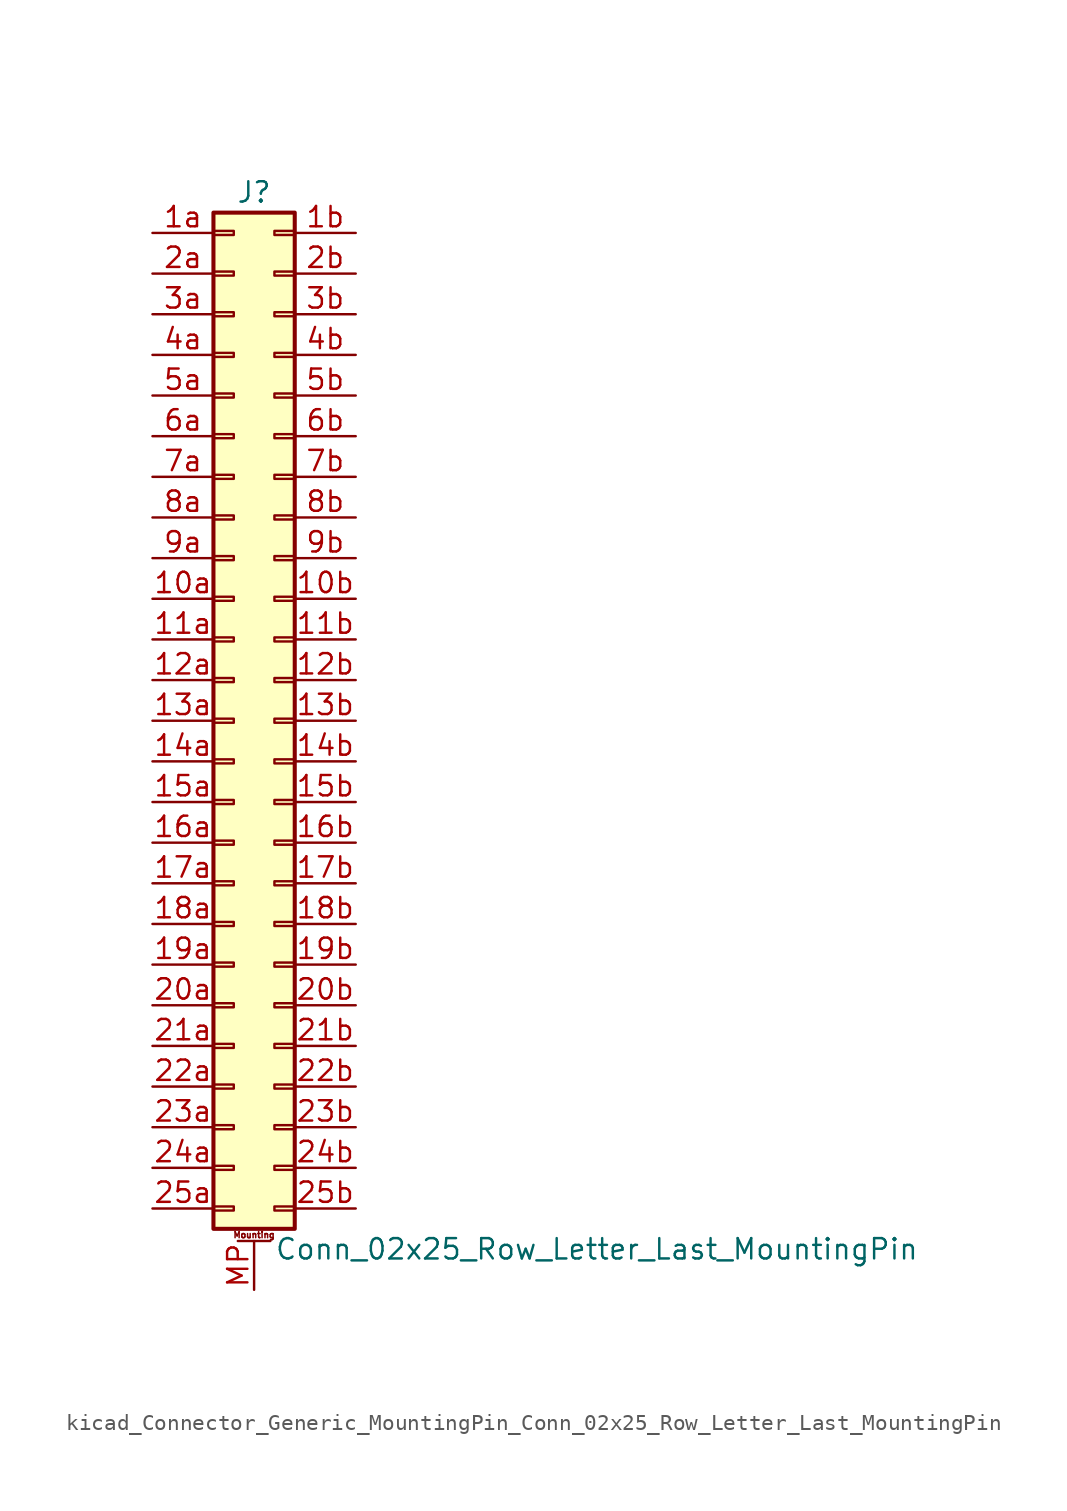
<source format=kicad_sym>
(kicad_symbol_lib
  (version 20220914)
  (generator kicad_symbol_editor)
  (symbol "kicad_Connector_Generic_MountingPin_Conn_02x25_Row_Letter_Last_MountingPin"
    (pin_names
      (offset 1.016) hide)
    (property "Reference" "J"
      (at 1.27 33.02 0)
      (effects (font (size 1.27 1.27))))
    (property "Value" "Conn_02x25_Row_Letter_Last_MountingPin"
      (at 2.54 -33.02 0)
      (effects (font (size 1.27 1.27)) (justify left)))
    (symbol "kicad_Connector_Generic_MountingPin_Conn_02x25_Row_Letter_Last_MountingPin_1_1"
      (rectangle (start -1.27 -30.353) (end 0 -30.607) (stroke (width 0.152) (type default)) (fill (type none)))
      (rectangle (start -1.27 -27.813) (end 0 -28.067) (stroke (width 0.152) (type default)) (fill (type none)))
      (rectangle (start -1.27 -25.273) (end 0 -25.527) (stroke (width 0.152) (type default)) (fill (type none)))
      (rectangle (start -1.27 -22.733) (end 0 -22.987) (stroke (width 0.152) (type default)) (fill (type none)))
      (rectangle (start -1.27 -20.193) (end 0 -20.447) (stroke (width 0.152) (type default)) (fill (type none)))
      (rectangle (start -1.27 -17.653) (end 0 -17.907) (stroke (width 0.152) (type default)) (fill (type none)))
      (rectangle (start -1.27 -15.113) (end 0 -15.367) (stroke (width 0.152) (type default)) (fill (type none)))
      (rectangle (start -1.27 -12.573) (end 0 -12.827) (stroke (width 0.152) (type default)) (fill (type none)))
      (rectangle (start -1.27 -10.033) (end 0 -10.287) (stroke (width 0.152) (type default)) (fill (type none)))
      (rectangle (start -1.27 -7.493) (end 0 -7.747) (stroke (width 0.152) (type default)) (fill (type none)))
      (rectangle (start -1.27 -4.953) (end 0 -5.207) (stroke (width 0.152) (type default)) (fill (type none)))
      (rectangle (start -1.27 -2.413) (end 0 -2.667) (stroke (width 0.152) (type default)) (fill (type none)))
      (rectangle (start -1.27 0.127) (end 0 -0.127) (stroke (width 0.152) (type default)) (fill (type none)))
      (rectangle (start -1.27 2.667) (end 0 2.413) (stroke (width 0.152) (type default)) (fill (type none)))
      (rectangle (start -1.27 5.207) (end 0 4.953) (stroke (width 0.152) (type default)) (fill (type none)))
      (rectangle (start -1.27 7.747) (end 0 7.493) (stroke (width 0.152) (type default)) (fill (type none)))
      (rectangle (start -1.27 10.287) (end 0 10.033) (stroke (width 0.152) (type default)) (fill (type none)))
      (rectangle (start -1.27 12.827) (end 0 12.573) (stroke (width 0.152) (type default)) (fill (type none)))
      (rectangle (start -1.27 15.367) (end 0 15.113) (stroke (width 0.152) (type default)) (fill (type none)))
      (rectangle (start -1.27 17.907) (end 0 17.653) (stroke (width 0.152) (type default)) (fill (type none)))
      (rectangle (start -1.27 20.447) (end 0 20.193) (stroke (width 0.152) (type default)) (fill (type none)))
      (rectangle (start -1.27 22.987) (end 0 22.733) (stroke (width 0.152) (type default)) (fill (type none)))
      (rectangle (start -1.27 25.527) (end 0 25.273) (stroke (width 0.152) (type default)) (fill (type none)))
      (rectangle (start -1.27 28.067) (end 0 27.813) (stroke (width 0.152) (type default)) (fill (type none)))
      (rectangle (start -1.27 30.607) (end 0 30.353) (stroke (width 0.152) (type default)) (fill (type none)))
      (rectangle (start -1.27 31.75) (end 3.81 -31.75) (stroke (width 0.254) (type default)) (fill (type background)))
      (polyline (pts (xy 0.254 -32.512) (xy 2.286 -32.512)) (stroke (width 0.152) (type default)) (fill (type none)))
      (rectangle (start 3.81 -30.353) (end 2.54 -30.607) (stroke (width 0.152) (type default)) (fill (type none)))
      (rectangle (start 3.81 -27.813) (end 2.54 -28.067) (stroke (width 0.152) (type default)) (fill (type none)))
      (rectangle (start 3.81 -25.273) (end 2.54 -25.527) (stroke (width 0.152) (type default)) (fill (type none)))
      (rectangle (start 3.81 -22.733) (end 2.54 -22.987) (stroke (width 0.152) (type default)) (fill (type none)))
      (rectangle (start 3.81 -20.193) (end 2.54 -20.447) (stroke (width 0.152) (type default)) (fill (type none)))
      (rectangle (start 3.81 -17.653) (end 2.54 -17.907) (stroke (width 0.152) (type default)) (fill (type none)))
      (rectangle (start 3.81 -15.113) (end 2.54 -15.367) (stroke (width 0.152) (type default)) (fill (type none)))
      (rectangle (start 3.81 -12.573) (end 2.54 -12.827) (stroke (width 0.152) (type default)) (fill (type none)))
      (rectangle (start 3.81 -10.033) (end 2.54 -10.287) (stroke (width 0.152) (type default)) (fill (type none)))
      (rectangle (start 3.81 -7.493) (end 2.54 -7.747) (stroke (width 0.152) (type default)) (fill (type none)))
      (rectangle (start 3.81 -4.953) (end 2.54 -5.207) (stroke (width 0.152) (type default)) (fill (type none)))
      (rectangle (start 3.81 -2.413) (end 2.54 -2.667) (stroke (width 0.152) (type default)) (fill (type none)))
      (rectangle (start 3.81 0.127) (end 2.54 -0.127) (stroke (width 0.152) (type default)) (fill (type none)))
      (rectangle (start 3.81 2.667) (end 2.54 2.413) (stroke (width 0.152) (type default)) (fill (type none)))
      (rectangle (start 3.81 5.207) (end 2.54 4.953) (stroke (width 0.152) (type default)) (fill (type none)))
      (rectangle (start 3.81 7.747) (end 2.54 7.493) (stroke (width 0.152) (type default)) (fill (type none)))
      (rectangle (start 3.81 10.287) (end 2.54 10.033) (stroke (width 0.152) (type default)) (fill (type none)))
      (rectangle (start 3.81 12.827) (end 2.54 12.573) (stroke (width 0.152) (type default)) (fill (type none)))
      (rectangle (start 3.81 15.367) (end 2.54 15.113) (stroke (width 0.152) (type default)) (fill (type none)))
      (rectangle (start 3.81 17.907) (end 2.54 17.653) (stroke (width 0.152) (type default)) (fill (type none)))
      (rectangle (start 3.81 20.447) (end 2.54 20.193) (stroke (width 0.152) (type default)) (fill (type none)))
      (rectangle (start 3.81 22.987) (end 2.54 22.733) (stroke (width 0.152) (type default)) (fill (type none)))
      (rectangle (start 3.81 25.527) (end 2.54 25.273) (stroke (width 0.152) (type default)) (fill (type none)))
      (rectangle (start 3.81 28.067) (end 2.54 27.813) (stroke (width 0.152) (type default)) (fill (type none)))
      (rectangle (start 3.81 30.607) (end 2.54 30.353) (stroke (width 0.152) (type default)) (fill (type none)))
      (text "Mounting" (at 1.27 -32.131 0) (effects (font (size 0.381 0.381))))
      (pin passive line (at -5.08 7.62 0) (length 3.81) (name "Pin_10a" (effects (font (size 1.27 1.27)))) (number "10a" (effects (font (size 1.27 1.27)))))
      (pin passive line (at 7.62 7.62 180) (length 3.81) (name "Pin_10b" (effects (font (size 1.27 1.27)))) (number "10b" (effects (font (size 1.27 1.27)))))
      (pin passive line (at -5.08 5.08 0) (length 3.81) (name "Pin_11a" (effects (font (size 1.27 1.27)))) (number "11a" (effects (font (size 1.27 1.27)))))
      (pin passive line (at 7.62 5.08 180) (length 3.81) (name "Pin_11b" (effects (font (size 1.27 1.27)))) (number "11b" (effects (font (size 1.27 1.27)))))
      (pin passive line (at -5.08 2.54 0) (length 3.81) (name "Pin_12a" (effects (font (size 1.27 1.27)))) (number "12a" (effects (font (size 1.27 1.27)))))
      (pin passive line (at 7.62 2.54 180) (length 3.81) (name "Pin_12b" (effects (font (size 1.27 1.27)))) (number "12b" (effects (font (size 1.27 1.27)))))
      (pin passive line (at -5.08 0 0) (length 3.81) (name "Pin_13a" (effects (font (size 1.27 1.27)))) (number "13a" (effects (font (size 1.27 1.27)))))
      (pin passive line (at 7.62 0 180) (length 3.81) (name "Pin_13b" (effects (font (size 1.27 1.27)))) (number "13b" (effects (font (size 1.27 1.27)))))
      (pin passive line (at -5.08 -2.54 0) (length 3.81) (name "Pin_14a" (effects (font (size 1.27 1.27)))) (number "14a" (effects (font (size 1.27 1.27)))))
      (pin passive line (at 7.62 -2.54 180) (length 3.81) (name "Pin_14b" (effects (font (size 1.27 1.27)))) (number "14b" (effects (font (size 1.27 1.27)))))
      (pin passive line (at -5.08 -5.08 0) (length 3.81) (name "Pin_15a" (effects (font (size 1.27 1.27)))) (number "15a" (effects (font (size 1.27 1.27)))))
      (pin passive line (at 7.62 -5.08 180) (length 3.81) (name "Pin_15b" (effects (font (size 1.27 1.27)))) (number "15b" (effects (font (size 1.27 1.27)))))
      (pin passive line (at -5.08 -7.62 0) (length 3.81) (name "Pin_16a" (effects (font (size 1.27 1.27)))) (number "16a" (effects (font (size 1.27 1.27)))))
      (pin passive line (at 7.62 -7.62 180) (length 3.81) (name "Pin_16b" (effects (font (size 1.27 1.27)))) (number "16b" (effects (font (size 1.27 1.27)))))
      (pin passive line (at -5.08 -10.16 0) (length 3.81) (name "Pin_17a" (effects (font (size 1.27 1.27)))) (number "17a" (effects (font (size 1.27 1.27)))))
      (pin passive line (at 7.62 -10.16 180) (length 3.81) (name "Pin_17b" (effects (font (size 1.27 1.27)))) (number "17b" (effects (font (size 1.27 1.27)))))
      (pin passive line (at -5.08 -12.7 0) (length 3.81) (name "Pin_18a" (effects (font (size 1.27 1.27)))) (number "18a" (effects (font (size 1.27 1.27)))))
      (pin passive line (at 7.62 -12.7 180) (length 3.81) (name "Pin_18b" (effects (font (size 1.27 1.27)))) (number "18b" (effects (font (size 1.27 1.27)))))
      (pin passive line (at -5.08 -15.24 0) (length 3.81) (name "Pin_19a" (effects (font (size 1.27 1.27)))) (number "19a" (effects (font (size 1.27 1.27)))))
      (pin passive line (at 7.62 -15.24 180) (length 3.81) (name "Pin_19b" (effects (font (size 1.27 1.27)))) (number "19b" (effects (font (size 1.27 1.27)))))
      (pin passive line (at -5.08 30.48 0) (length 3.81) (name "Pin_1a" (effects (font (size 1.27 1.27)))) (number "1a" (effects (font (size 1.27 1.27)))))
      (pin passive line (at 7.62 30.48 180) (length 3.81) (name "Pin_1b" (effects (font (size 1.27 1.27)))) (number "1b" (effects (font (size 1.27 1.27)))))
      (pin passive line (at -5.08 -17.78 0) (length 3.81) (name "Pin_20a" (effects (font (size 1.27 1.27)))) (number "20a" (effects (font (size 1.27 1.27)))))
      (pin passive line (at 7.62 -17.78 180) (length 3.81) (name "Pin_20b" (effects (font (size 1.27 1.27)))) (number "20b" (effects (font (size 1.27 1.27)))))
      (pin passive line (at -5.08 -20.32 0) (length 3.81) (name "Pin_21a" (effects (font (size 1.27 1.27)))) (number "21a" (effects (font (size 1.27 1.27)))))
      (pin passive line (at 7.62 -20.32 180) (length 3.81) (name "Pin_21b" (effects (font (size 1.27 1.27)))) (number "21b" (effects (font (size 1.27 1.27)))))
      (pin passive line (at -5.08 -22.86 0) (length 3.81) (name "Pin_22a" (effects (font (size 1.27 1.27)))) (number "22a" (effects (font (size 1.27 1.27)))))
      (pin passive line (at 7.62 -22.86 180) (length 3.81) (name "Pin_22b" (effects (font (size 1.27 1.27)))) (number "22b" (effects (font (size 1.27 1.27)))))
      (pin passive line (at -5.08 -25.4 0) (length 3.81) (name "Pin_23a" (effects (font (size 1.27 1.27)))) (number "23a" (effects (font (size 1.27 1.27)))))
      (pin passive line (at 7.62 -25.4 180) (length 3.81) (name "Pin_23b" (effects (font (size 1.27 1.27)))) (number "23b" (effects (font (size 1.27 1.27)))))
      (pin passive line (at -5.08 -27.94 0) (length 3.81) (name "Pin_24a" (effects (font (size 1.27 1.27)))) (number "24a" (effects (font (size 1.27 1.27)))))
      (pin passive line (at 7.62 -27.94 180) (length 3.81) (name "Pin_24b" (effects (font (size 1.27 1.27)))) (number "24b" (effects (font (size 1.27 1.27)))))
      (pin passive line (at -5.08 -30.48 0) (length 3.81) (name "Pin_25a" (effects (font (size 1.27 1.27)))) (number "25a" (effects (font (size 1.27 1.27)))))
      (pin passive line (at 7.62 -30.48 180) (length 3.81) (name "Pin_25b" (effects (font (size 1.27 1.27)))) (number "25b" (effects (font (size 1.27 1.27)))))
      (pin passive line (at -5.08 27.94 0) (length 3.81) (name "Pin_2a" (effects (font (size 1.27 1.27)))) (number "2a" (effects (font (size 1.27 1.27)))))
      (pin passive line (at 7.62 27.94 180) (length 3.81) (name "Pin_2b" (effects (font (size 1.27 1.27)))) (number "2b" (effects (font (size 1.27 1.27)))))
      (pin passive line (at -5.08 25.4 0) (length 3.81) (name "Pin_3a" (effects (font (size 1.27 1.27)))) (number "3a" (effects (font (size 1.27 1.27)))))
      (pin passive line (at 7.62 25.4 180) (length 3.81) (name "Pin_3b" (effects (font (size 1.27 1.27)))) (number "3b" (effects (font (size 1.27 1.27)))))
      (pin passive line (at -5.08 22.86 0) (length 3.81) (name "Pin_4a" (effects (font (size 1.27 1.27)))) (number "4a" (effects (font (size 1.27 1.27)))))
      (pin passive line (at 7.62 22.86 180) (length 3.81) (name "Pin_4b" (effects (font (size 1.27 1.27)))) (number "4b" (effects (font (size 1.27 1.27)))))
      (pin passive line (at -5.08 20.32 0) (length 3.81) (name "Pin_5a" (effects (font (size 1.27 1.27)))) (number "5a" (effects (font (size 1.27 1.27)))))
      (pin passive line (at 7.62 20.32 180) (length 3.81) (name "Pin_5b" (effects (font (size 1.27 1.27)))) (number "5b" (effects (font (size 1.27 1.27)))))
      (pin passive line (at -5.08 17.78 0) (length 3.81) (name "Pin_6a" (effects (font (size 1.27 1.27)))) (number "6a" (effects (font (size 1.27 1.27)))))
      (pin passive line (at 7.62 17.78 180) (length 3.81) (name "Pin_6b" (effects (font (size 1.27 1.27)))) (number "6b" (effects (font (size 1.27 1.27)))))
      (pin passive line (at -5.08 15.24 0) (length 3.81) (name "Pin_7a" (effects (font (size 1.27 1.27)))) (number "7a" (effects (font (size 1.27 1.27)))))
      (pin passive line (at 7.62 15.24 180) (length 3.81) (name "Pin_7b" (effects (font (size 1.27 1.27)))) (number "7b" (effects (font (size 1.27 1.27)))))
      (pin passive line (at -5.08 12.7 0) (length 3.81) (name "Pin_8a" (effects (font (size 1.27 1.27)))) (number "8a" (effects (font (size 1.27 1.27)))))
      (pin passive line (at 7.62 12.7 180) (length 3.81) (name "Pin_8b" (effects (font (size 1.27 1.27)))) (number "8b" (effects (font (size 1.27 1.27)))))
      (pin passive line (at -5.08 10.16 0) (length 3.81) (name "Pin_9a" (effects (font (size 1.27 1.27)))) (number "9a" (effects (font (size 1.27 1.27)))))
      (pin passive line (at 7.62 10.16 180) (length 3.81) (name "Pin_9b" (effects (font (size 1.27 1.27)))) (number "9b" (effects (font (size 1.27 1.27)))))
      (pin passive line (at 1.27 -35.56 90) (length 3.048) (name "MountPin" (effects (font (size 1.27 1.27)))) (number "MP" (effects (font (size 1.27 1.27))))))))
</source>
